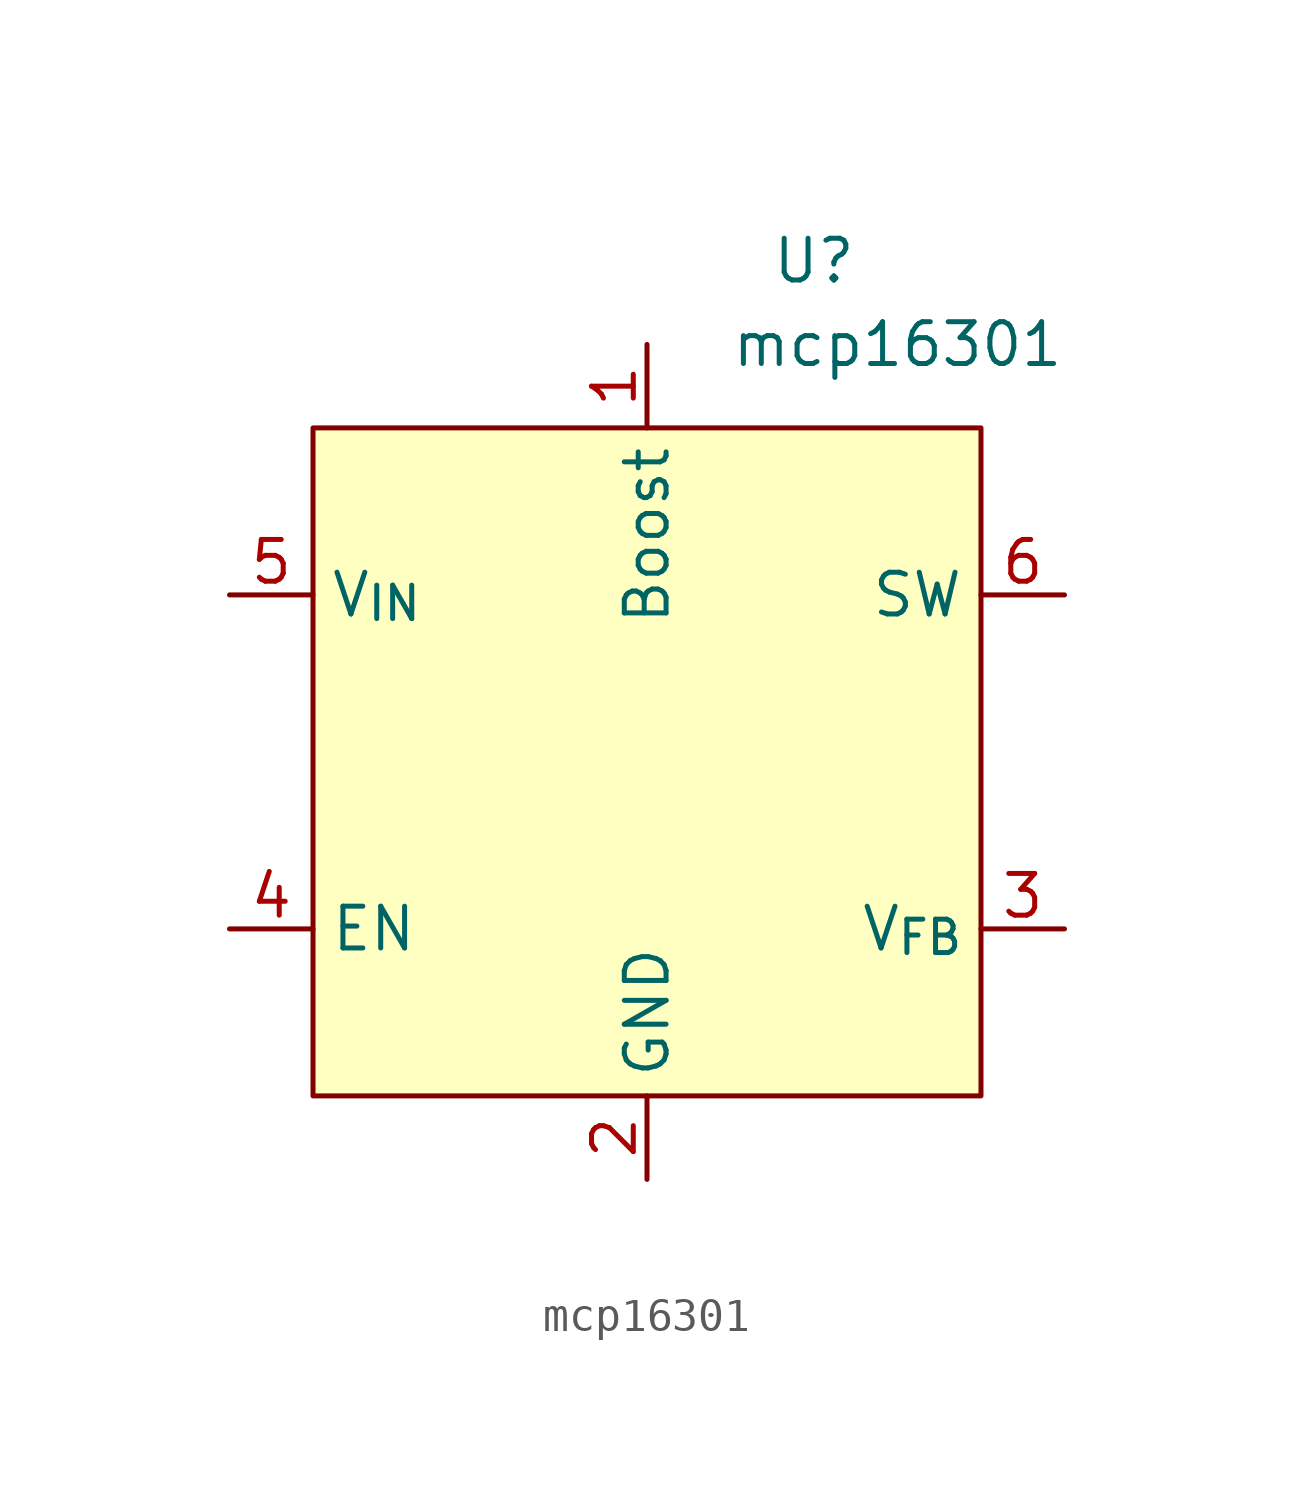
<source format=kicad_sym>
(kicad_symbol_lib
  (version 20211014)
  (generator kicad_symbol_editor)
  (symbol "mcp16301"
    (property "Reference" "U"
      (at 5.08 2.54 0)
      (effects (font (size 1.27 1.27))))
    (property "Value" "mcp16301"
      (at 7.62 0 0)
      (effects (font (size 1.27 1.27))))
    (symbol "mcp16301_0_1"
      (rectangle (start -10.16 -2.54) (end 10.16 -22.86) (stroke (width 0.152) (type default) (color 0 0 0 0)) (fill (type background))))
    (symbol "mcp16301_1_1"
      (pin input line (at 0 0 270) (length 2.54) (name "Boost" (effects (font (size 1.27 1.27)))) (number "1" (effects (font (size 1.27 1.27)))))
      (pin input line (at 0 -25.4 90) (length 2.54) (name "GND" (effects (font (size 1.27 1.27)))) (number "2" (effects (font (size 1.27 1.27)))))
      (pin input line (at 12.7 -17.78 180) (length 2.54) (name "V_{FB}" (effects (font (size 1.27 1.27)))) (number "3" (effects (font (size 1.27 1.27)))))
      (pin input line (at -12.7 -17.78 0) (length 2.54) (name "EN" (effects (font (size 1.27 1.27)))) (number "4" (effects (font (size 1.27 1.27)))))
      (pin input line (at -12.7 -7.62 0) (length 2.54) (name "V_{IN}" (effects (font (size 1.27 1.27)))) (number "5" (effects (font (size 1.27 1.27)))))
      (pin input line (at 12.7 -7.62 180) (length 2.54) (name "SW" (effects (font (size 1.27 1.27)))) (number "6" (effects (font (size 1.27 1.27))))))))
</source>
